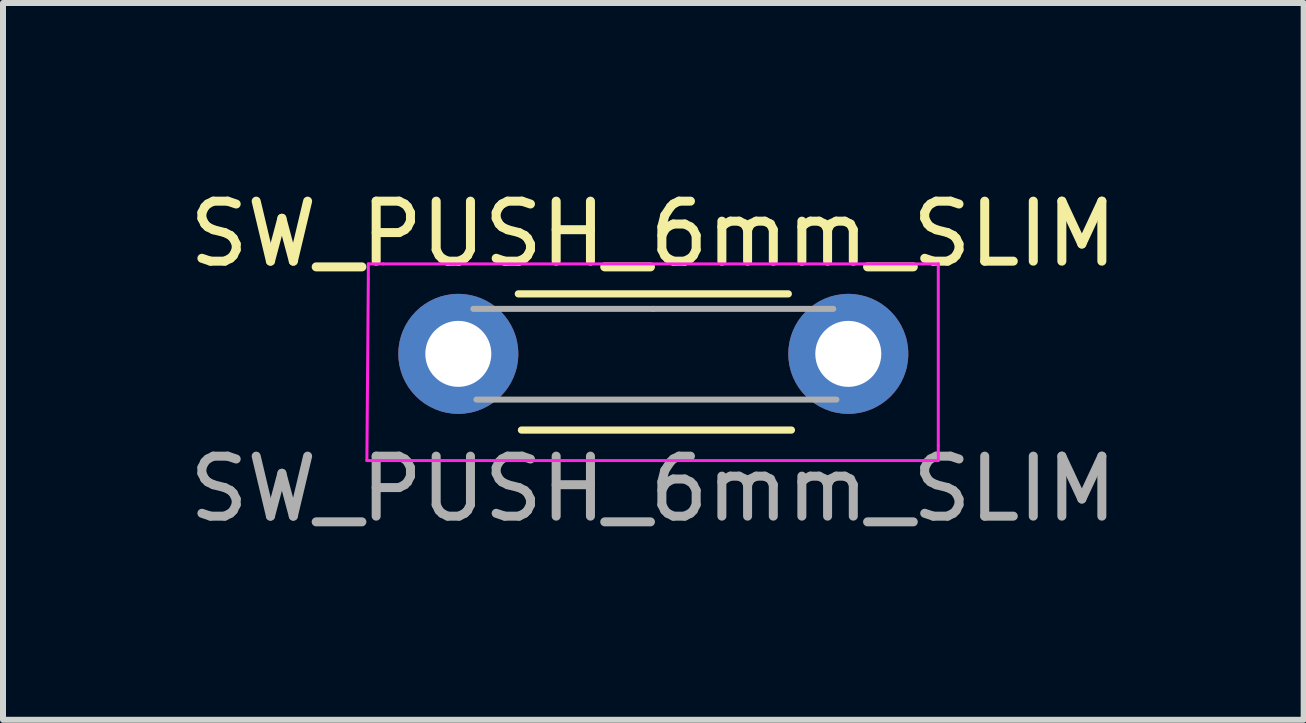
<source format=kicad_pcb>
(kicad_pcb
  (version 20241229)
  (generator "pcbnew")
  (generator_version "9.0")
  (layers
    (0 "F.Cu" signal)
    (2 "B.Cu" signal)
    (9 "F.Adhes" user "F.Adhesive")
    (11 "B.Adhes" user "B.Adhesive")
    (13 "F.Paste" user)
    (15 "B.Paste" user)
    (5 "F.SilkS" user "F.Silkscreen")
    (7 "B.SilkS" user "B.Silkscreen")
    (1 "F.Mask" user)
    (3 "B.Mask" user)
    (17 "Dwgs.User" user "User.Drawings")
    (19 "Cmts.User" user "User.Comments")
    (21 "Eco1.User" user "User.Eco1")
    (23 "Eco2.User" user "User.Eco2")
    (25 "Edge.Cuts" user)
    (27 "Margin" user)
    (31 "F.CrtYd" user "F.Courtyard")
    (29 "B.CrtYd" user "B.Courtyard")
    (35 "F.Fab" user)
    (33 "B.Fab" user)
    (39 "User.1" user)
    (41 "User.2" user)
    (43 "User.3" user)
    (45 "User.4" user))
  (footprint "SW_PUSH_6mm_SLIM"
    (layer "F.Cu")
    (at 4.589 2.848)
    (property "Reference" "SW_PUSH_6mm_SLIM" (at 3.25 -2 0) (layer "F.SilkS") (effects (font (size 1 1) (thickness 0.15))))
    (attr through_hole)
    (fp_line (start 1.052 1.27) (end 5.552 1.27) (stroke (width 0.12) (type solid)) (layer "F.SilkS"))
    (fp_line (start 5.5 -1) (end 1 -1) (stroke (width 0.12) (type solid)) (layer "F.SilkS"))
    (fp_line (start -1.524 1.778) (end -1.274 1.778) (stroke (width 0.05) (type solid)) (layer "F.CrtYd"))
    (fp_line (start -1.5 -1.5) (end -1.25 -1.5) (stroke (width 0.05) (type solid)) (layer "F.CrtYd"))
    (fp_line (start -1.5 -1.25) (end -1.524 1.778) (stroke (width 0.05) (type solid)) (layer "F.CrtYd"))
    (fp_line (start -1.5 -1.25) (end -1.5 -1.5) (stroke (width 0.05) (type solid)) (layer "F.CrtYd"))
    (fp_line (start -1.25 -1.5) (end 7.75 -1.5) (stroke (width 0.05) (type solid)) (layer "F.CrtYd"))
    (fp_line (start 7.75 -1.5) (end 8 -1.5) (stroke (width 0.05) (type solid)) (layer "F.CrtYd"))
    (fp_line (start 7.75 1.778) (end 8 1.778) (stroke (width 0.05) (type solid)) (layer "F.CrtYd"))
    (fp_line (start 7.802 1.778) (end -1.274 1.778) (stroke (width 0.05) (type solid)) (layer "F.CrtYd"))
    (fp_line (start 8 -1.5) (end 8 1.524) (stroke (width 0.05) (type solid)) (layer "F.CrtYd"))
    (fp_line (start 8 1.778) (end 8 1.528) (stroke (width 0.05) (type solid)) (layer "F.CrtYd"))
    (fp_line (start 0.25 -0.75) (end 3.25 -0.75) (stroke (width 0.1) (type solid)) (layer "F.Fab"))
    (fp_line (start 3.25 -0.75) (end 6.25 -0.75) (stroke (width 0.1) (type solid)) (layer "F.Fab"))
    (fp_line (start 6.302 0.762) (end 0.302 0.762) (stroke (width 0.1) (type solid)) (layer "F.Fab"))
    (fp_text user "${REFERENCE}" (at 3.25 2.25 0) (layer "F.Fab") (effects (font (size 1 1) (thickness 0.15))))
    (pad "1" thru_hole circle (at 0 0 90) (size 2 2) (drill 1.1) (layers "*.Cu" "*.Mask"))
    (pad "2" thru_hole circle (at 6.5 0 180) (size 2 2) (drill 1.1) (layers "*.Cu" "*.Mask")))
  (gr_rect
    (start -3 -3)
    (end 18.679 8.947)
    (stroke (width 0.1) (type default))
    (fill no)
    (layer "Edge.Cuts")))
</source>
